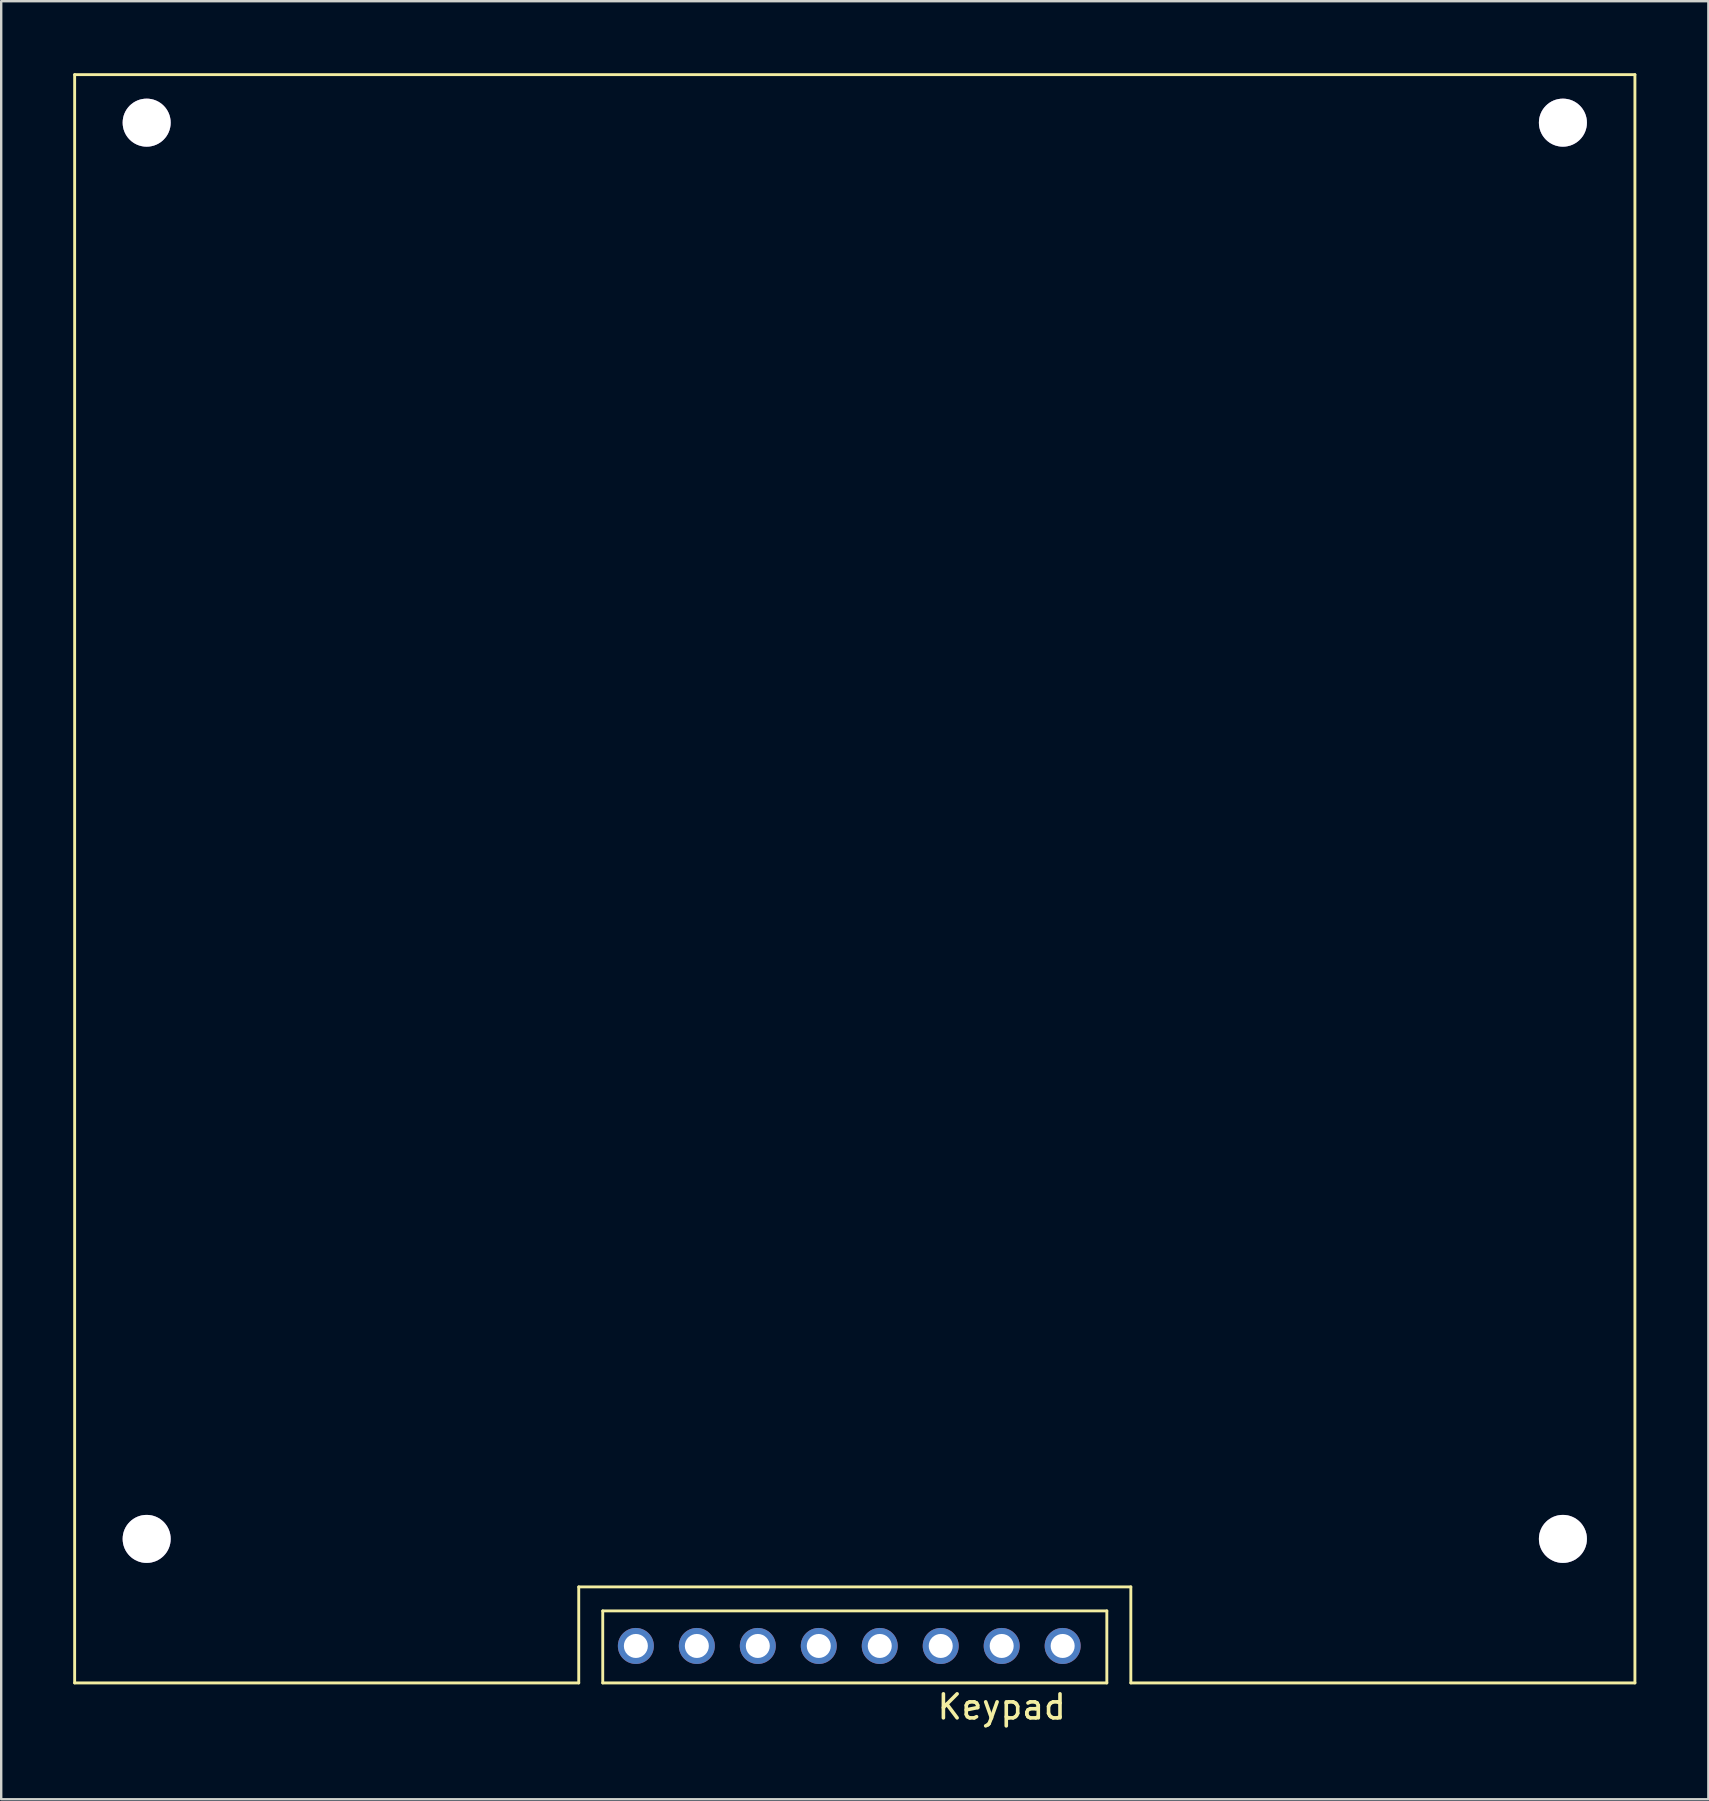
<source format=kicad_pcb>
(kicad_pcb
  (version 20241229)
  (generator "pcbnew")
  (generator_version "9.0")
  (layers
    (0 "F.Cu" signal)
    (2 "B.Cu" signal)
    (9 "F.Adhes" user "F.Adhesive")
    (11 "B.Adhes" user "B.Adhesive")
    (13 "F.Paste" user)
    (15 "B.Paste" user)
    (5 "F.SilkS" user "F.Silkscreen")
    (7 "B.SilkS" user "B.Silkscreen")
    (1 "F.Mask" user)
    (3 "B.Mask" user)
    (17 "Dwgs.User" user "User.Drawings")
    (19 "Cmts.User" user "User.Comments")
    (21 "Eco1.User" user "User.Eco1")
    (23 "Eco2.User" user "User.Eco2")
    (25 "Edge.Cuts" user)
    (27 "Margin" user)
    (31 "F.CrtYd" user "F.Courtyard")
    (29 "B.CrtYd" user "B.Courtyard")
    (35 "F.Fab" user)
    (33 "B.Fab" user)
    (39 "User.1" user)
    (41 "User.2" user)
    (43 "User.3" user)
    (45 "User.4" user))
  (footprint "Keypad"
    (layer "F.Cu")
    (at 31.06 68.06)
    (property "Reference" "Keypad" (at 7.62 0 0) (layer "F.SilkS") (effects (font (size 1 1) (thickness 0.15))))
    (attr through_hole)
    (fp_line (start -31 -68) (end 34 -68) (stroke (width 0.12) (type solid)) (layer "F.SilkS"))
    (fp_line (start -31 -1) (end -31 -68) (stroke (width 0.12) (type solid)) (layer "F.SilkS"))
    (fp_line (start -10 -5) (end -10 -1) (stroke (width 0.12) (type solid)) (layer "F.SilkS"))
    (fp_line (start -10 -1) (end -31 -1) (stroke (width 0.12) (type solid)) (layer "F.SilkS"))
    (fp_line (start -9 -4) (end -9 -1) (stroke (width 0.12) (type solid)) (layer "F.SilkS"))
    (fp_line (start -9 -1) (end 12 -1) (stroke (width 0.12) (type solid)) (layer "F.SilkS"))
    (fp_line (start 12 -4) (end -9 -4) (stroke (width 0.12) (type solid)) (layer "F.SilkS"))
    (fp_line (start 12 -1) (end 12 -4) (stroke (width 0.12) (type solid)) (layer "F.SilkS"))
    (fp_line (start 13 -5) (end -10 -5) (stroke (width 0.12) (type solid)) (layer "F.SilkS"))
    (fp_line (start 13 -1) (end 13 -5) (stroke (width 0.12) (type solid)) (layer "F.SilkS"))
    (fp_line (start 34 -68) (end 34 -1) (stroke (width 0.12) (type solid)) (layer "F.SilkS"))
    (fp_line (start 34 -1) (end 13 -1) (stroke (width 0.12) (type solid)) (layer "F.SilkS"))
    (pad "0" thru_hole circle (at -28 -66) (size 2 2) (drill 2) (layers "*.Cu" "*.Mask"))
    (pad "0" thru_hole circle (at -28 -7) (size 2 2) (drill 2) (layers "*.Cu" "*.Mask"))
    (pad "0" thru_hole circle (at 31 -66) (size 2 2) (drill 2) (layers "*.Cu" "*.Mask"))
    (pad "0" thru_hole circle (at 31 -7) (size 2 2) (drill 2) (layers "*.Cu" "*.Mask"))
    (pad "1" thru_hole circle (at -7.62 -2.54) (size 1.5 1.5) (drill 1) (layers "*.Cu" "*.Mask"))
    (pad "2" thru_hole circle (at -5.08 -2.54) (size 1.5 1.5) (drill 1) (layers "*.Cu" "*.Mask"))
    (pad "3" thru_hole circle (at -2.54 -2.54) (size 1.5 1.5) (drill 1) (layers "*.Cu" "*.Mask"))
    (pad "4" thru_hole circle (at 0 -2.54) (size 1.5 1.5) (drill 1) (layers "*.Cu" "*.Mask"))
    (pad "5" thru_hole circle (at 2.54 -2.54) (size 1.5 1.5) (drill 1) (layers "*.Cu" "*.Mask"))
    (pad "6" thru_hole circle (at 5.08 -2.54) (size 1.5 1.5) (drill 1) (layers "*.Cu" "*.Mask"))
    (pad "7" thru_hole circle (at 7.62 -2.54) (size 1.5 1.5) (drill 1) (layers "*.Cu" "*.Mask"))
    (pad "8" thru_hole circle (at 10.16 -2.54) (size 1.5 1.5) (drill 1) (layers "*.Cu" "*.Mask")))
  (gr_rect
    (start -3 -3)
    (end 68.12 71.908)
    (stroke (width 0.1) (type default))
    (fill no)
    (layer "Edge.Cuts")))
</source>
